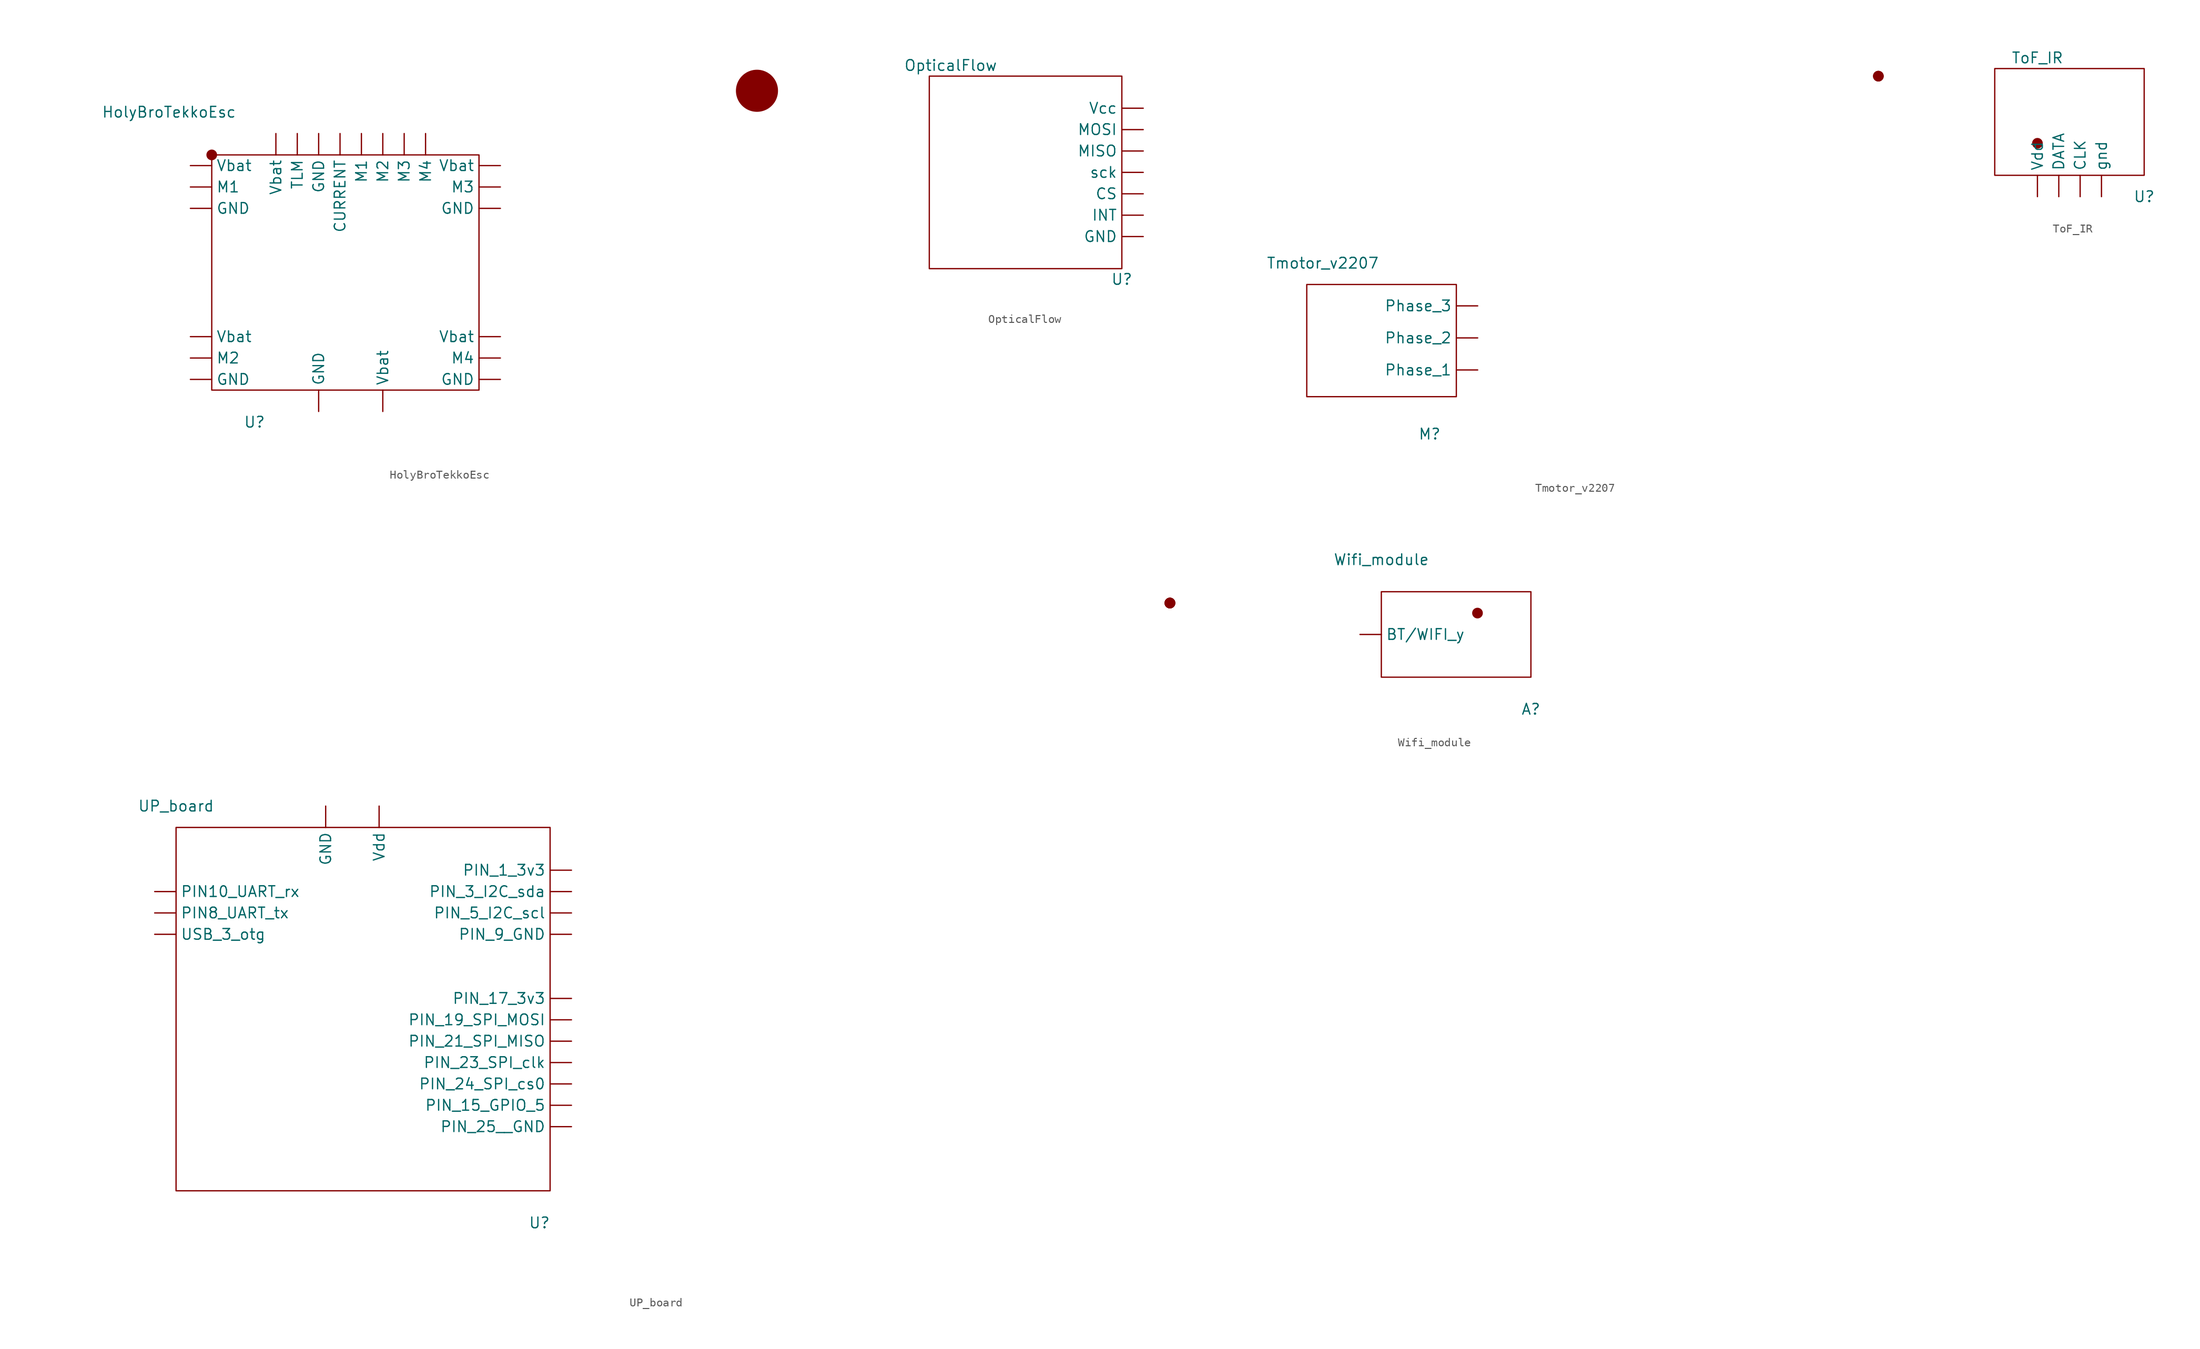
<source format=kicad_sym>
(kicad_symbol_lib
  (version 20211014)
  (generator kicad_symbol_editor)
  (symbol "HolyBroTekkoEsc"
    (property "Reference" "U"
      (at -11.43 -17.78 0)
      (effects (font (size 1.27 1.27))))
    (property "Value" "HolyBroTekkoEsc"
      (at -21.59 19.05 0)
      (effects (font (size 1.27 1.27))))
    (symbol "HolyBroTekkoEsc_0_1"
      (rectangle (start -16.51 13.97) (end -16.51 13.97) (stroke (width 1.27) (type default) (color 0 0 0 0)) (fill (type none)))
      (rectangle (start -16.51 13.97) (end 15.24 -13.97) (stroke (width 0) (type default) (color 0 0 0 0)) (fill (type none)))
      (rectangle (start 48.26 21.59) (end 48.26 21.59) (stroke (width 0) (type default) (color 0 0 0 0)) (fill (type none)))
      (rectangle (start 48.26 21.59) (end 48.26 21.59) (stroke (width 0) (type default) (color 0 0 0 0)) (fill (type none)))
      (rectangle (start 48.26 21.59) (end 48.26 21.59) (stroke (width 0) (type default) (color 0 0 0 0)) (fill (type none)))
      (rectangle (start 48.26 21.59) (end 48.26 21.59) (stroke (width 0) (type default) (color 0 0 0 0)) (fill (type none)))
      (rectangle (start 48.26 21.59) (end 48.26 21.59) (stroke (width 0) (type default) (color 0 0 0 0)) (fill (type none)))
      (rectangle (start 48.26 21.59) (end 48.26 21.59) (stroke (width 0) (type default) (color 0 0 0 0)) (fill (type none)))
      (rectangle (start 48.26 21.59) (end 48.26 21.59) (stroke (width 0) (type default) (color 0 0 0 0)) (fill (type none)))
      (rectangle (start 48.26 21.59) (end 48.26 21.59) (stroke (width 0) (type default) (color 0 0 0 0)) (fill (type none)))
      (rectangle (start 48.26 21.59) (end 48.26 21.59) (stroke (width 0) (type default) (color 0 0 0 0)) (fill (type none)))
      (rectangle (start 48.26 21.59) (end 48.26 21.59) (stroke (width 0) (type default) (color 0 0 0 0)) (fill (type none)))
      (rectangle (start 48.26 21.59) (end 48.26 21.59) (stroke (width 0) (type default) (color 0 0 0 0)) (fill (type none)))
      (rectangle (start 48.26 21.59) (end 48.26 21.59) (stroke (width 0) (type default) (color 0 0 0 0)) (fill (type none)))
      (rectangle (start 48.26 21.59) (end 48.26 21.59) (stroke (width 0) (type default) (color 0 0 0 0)) (fill (type none)))
      (rectangle (start 48.26 21.59) (end 48.26 21.59) (stroke (width 0) (type default) (color 0 0 0 0)) (fill (type none)))
      (rectangle (start 48.26 21.59) (end 48.26 21.59) (stroke (width 0) (type default) (color 0 0 0 0)) (fill (type none)))
      (rectangle (start 48.26 21.59) (end 48.26 21.59) (stroke (width 0) (type default) (color 0 0 0 0)) (fill (type none)))
      (rectangle (start 48.26 21.59) (end 48.26 21.59) (stroke (width 0) (type default) (color 0 0 0 0)) (fill (type none)))
      (rectangle (start 48.26 21.59) (end 48.26 21.59) (stroke (width 0) (type default) (color 0 0 0 0)) (fill (type none)))
      (rectangle (start 48.26 21.59) (end 48.26 21.59) (stroke (width 0) (type default) (color 0 0 0 0)) (fill (type none)))
      (rectangle (start 48.26 21.59) (end 48.26 21.59) (stroke (width 0) (type default) (color 0 0 0 0)) (fill (type none)))
      (rectangle (start 48.26 21.59) (end 48.26 21.59) (stroke (width 0) (type default) (color 0 0 0 0)) (fill (type none)))
      (rectangle (start 48.26 21.59) (end 48.26 21.59) (stroke (width 0) (type default) (color 0 0 0 0)) (fill (type none)))
      (rectangle (start 48.26 21.59) (end 48.26 21.59) (stroke (width 0) (type default) (color 0 0 0 0)) (fill (type none)))
      (rectangle (start 48.26 21.59) (end 48.26 21.59) (stroke (width 0) (type default) (color 0 0 0 0)) (fill (type none)))
      (rectangle (start 48.26 21.59) (end 48.26 21.59) (stroke (width 0) (type default) (color 0 0 0 0)) (fill (type none)))
      (rectangle (start 48.26 21.59) (end 48.26 21.59) (stroke (width 0) (type default) (color 0 0 0 0)) (fill (type outline)))
      (rectangle (start 48.26 21.59) (end 48.26 21.59) (stroke (width 1) (type default) (color 0 0 0 0)) (fill (type none)))
      (rectangle (start 48.26 21.59) (end 48.26 21.59) (stroke (width 1) (type default) (color 0 0 0 0)) (fill (type none)))
      (rectangle (start 48.26 21.59) (end 48.26 21.59) (stroke (width 1) (type default) (color 0 0 0 0)) (fill (type outline)))
      (rectangle (start 48.26 21.59) (end 48.26 21.59) (stroke (width 1.27) (type default) (color 0 0 0 0)) (fill (type none)))
      (rectangle (start 48.26 21.59) (end 48.26 21.59) (stroke (width 1.27) (type default) (color 0 0 0 0)) (fill (type none)))
      (rectangle (start 48.26 21.59) (end 48.26 21.59) (stroke (width 1.27) (type default) (color 0 0 0 0)) (fill (type none)))
      (rectangle (start 48.26 21.59) (end 48.26 21.59) (stroke (width 1.27) (type default) (color 0 0 0 0)) (fill (type none)))
      (rectangle (start 48.26 21.59) (end 48.26 21.59) (stroke (width 1.27) (type default) (color 0 0 0 0)) (fill (type none)))
      (rectangle (start 48.26 21.59) (end 48.26 21.59) (stroke (width 1.27) (type default) (color 0 0 0 0)) (fill (type none)))
      (rectangle (start 48.26 21.59) (end 48.26 21.59) (stroke (width 5) (type default) (color 0 0 0 0)) (fill (type none)))
      (circle (center 48.26 21.59) (radius 0.0001) (stroke (width 0) (type default) (color 0 0 0 0)) (fill (type none)))
      (circle (center 48.26 21.59) (radius 0.0001) (stroke (width 0) (type default) (color 0 0 0 0)) (fill (type none)))
      (circle (center 48.26 21.59) (radius 0.0001) (stroke (width 0) (type default) (color 0 0 0 0)) (fill (type none)))
      (circle (center 48.26 21.59) (radius 0.0001) (stroke (width 0) (type default) (color 0 0 0 0)) (fill (type none)))
      (circle (center 48.26 21.59) (radius 0.0001) (stroke (width 0) (type default) (color 0 0 0 0)) (fill (type none))))
    (symbol "HolyBroTekkoEsc_1_1"
      (pin input line (at -1.27 16.51 270) (length 2.54) (name "CURRENT" (effects (font (size 1.27 1.27)))) (number "" (effects (font (size 1.27 1.27)))))
      (pin input line (at -19.05 -12.7 0) (length 2.54) (name "GND" (effects (font (size 1.27 1.27)))) (number "" (effects (font (size 1.27 1.27)))))
      (pin input line (at -19.05 7.62 0) (length 2.54) (name "GND" (effects (font (size 1.27 1.27)))) (number "" (effects (font (size 1.27 1.27)))))
      (pin output line (at -3.81 -16.51 90) (length 2.54) (name "GND" (effects (font (size 1.27 1.27)))) (number "" (effects (font (size 1.27 1.27)))))
      (pin input line (at -3.81 16.51 270) (length 2.54) (name "GND" (effects (font (size 1.27 1.27)))) (number "" (effects (font (size 1.27 1.27)))))
      (pin input line (at 17.78 -12.7 180) (length 2.54) (name "GND" (effects (font (size 1.27 1.27)))) (number "" (effects (font (size 1.27 1.27)))))
      (pin input line (at 17.78 7.62 180) (length 2.54) (name "GND" (effects (font (size 1.27 1.27)))) (number "" (effects (font (size 1.27 1.27)))))
      (pin output line (at -19.05 10.16 0) (length 2.54) (name "M1" (effects (font (size 1.27 1.27)))) (number "" (effects (font (size 1.27 1.27)))))
      (pin input line (at 1.27 16.51 270) (length 2.54) (name "M1" (effects (font (size 1.27 1.27)))) (number "" (effects (font (size 1.27 1.27)))))
      (pin output line (at -19.05 -10.16 0) (length 2.54) (name "M2" (effects (font (size 1.27 1.27)))) (number "" (effects (font (size 1.27 1.27)))))
      (pin input line (at 3.81 16.51 270) (length 2.54) (name "M2" (effects (font (size 1.27 1.27)))) (number "" (effects (font (size 1.27 1.27)))))
      (pin input line (at 6.35 16.51 270) (length 2.54) (name "M3" (effects (font (size 1.27 1.27)))) (number "" (effects (font (size 1.27 1.27)))))
      (pin output line (at 17.78 10.16 180) (length 2.54) (name "M3" (effects (font (size 1.27 1.27)))) (number "" (effects (font (size 1.27 1.27)))))
      (pin input line (at 8.89 16.51 270) (length 2.54) (name "M4" (effects (font (size 1.27 1.27)))) (number "" (effects (font (size 1.27 1.27)))))
      (pin output line (at 17.78 -10.16 180) (length 2.54) (name "M4" (effects (font (size 1.27 1.27)))) (number "" (effects (font (size 1.27 1.27)))))
      (pin input line (at -6.35 16.51 270) (length 2.54) (name "TLM" (effects (font (size 1.27 1.27)))) (number "" (effects (font (size 1.27 1.27)))))
      (pin output line (at -19.05 -7.62 0) (length 2.54) (name "Vbat" (effects (font (size 1.27 1.27)))) (number "" (effects (font (size 1.27 1.27)))))
      (pin output line (at -19.05 12.7 0) (length 2.54) (name "Vbat" (effects (font (size 1.27 1.27)))) (number "" (effects (font (size 1.27 1.27)))))
      (pin input line (at -8.89 16.51 270) (length 2.54) (name "Vbat" (effects (font (size 1.27 1.27)))) (number "" (effects (font (size 1.27 1.27)))))
      (pin input line (at 3.81 -16.51 90) (length 2.54) (name "Vbat" (effects (font (size 1.27 1.27)))) (number "" (effects (font (size 1.27 1.27)))))
      (pin output line (at 17.78 -7.62 180) (length 2.54) (name "Vbat" (effects (font (size 1.27 1.27)))) (number "" (effects (font (size 1.27 1.27)))))
      (pin output line (at 17.78 12.7 180) (length 2.54) (name "Vbat" (effects (font (size 1.27 1.27)))) (number "" (effects (font (size 1.27 1.27)))))))
  (symbol "OpticalFlow"
    (property "Reference" "U"
      (at 11.43 -12.7 0)
      (effects (font (size 1.27 1.27))))
    (property "Value" "OpticalFlow"
      (at -8.89 12.7 0)
      (effects (font (size 1.27 1.27))))
    (symbol "OpticalFlow_0_1"
      (rectangle (start -11.43 11.43) (end 11.43 -11.43) (stroke (width 0) (type default) (color 0 0 0 0)) (fill (type none))))
    (symbol "OpticalFlow_1_1"
      (pin input line (at 13.97 -2.54 180) (length 2.54) (name "CS" (effects (font (size 1.27 1.27)))) (number "" (effects (font (size 1.27 1.27)))))
      (pin input line (at 13.97 -7.62 180) (length 2.54) (name "GND" (effects (font (size 1.27 1.27)))) (number "" (effects (font (size 1.27 1.27)))))
      (pin input line (at 13.97 -5.08 180) (length 2.54) (name "INT" (effects (font (size 1.27 1.27)))) (number "" (effects (font (size 1.27 1.27)))))
      (pin input line (at 13.97 2.54 180) (length 2.54) (name "MISO" (effects (font (size 1.27 1.27)))) (number "" (effects (font (size 1.27 1.27)))))
      (pin input line (at 13.97 5.08 180) (length 2.54) (name "MOSI" (effects (font (size 1.27 1.27)))) (number "" (effects (font (size 1.27 1.27)))))
      (pin input line (at 13.97 0 180) (length 2.54) (name "sck" (effects (font (size 1.27 1.27)))) (number "" (effects (font (size 1.27 1.27)))))
      (pin input line (at 13.97 7.62 180) (length 2.54) (name "Vcc" (effects (font (size 1.27 1.27)))) (number "" (effects (font (size 1.27 1.27)))))))
  (symbol "Tmotor_v2207"
    (property "Reference" "M"
      (at 6.985 -11.43 0)
      (effects (font (size 1.27 1.27))))
    (property "Value" "Tmotor_v2207"
      (at -5.715 8.89 0)
      (effects (font (size 1.27 1.27))))
    (symbol "Tmotor_v2207_0_1"
      (rectangle (start -7.62 6.35) (end 10.16 -6.985) (stroke (width 0) (type default) (color 0 0 0 0)) (fill (type none)))
      (rectangle (start 60.325 31.115) (end 60.325 31.115) (stroke (width 1.27) (type default) (color 0 0 0 0)) (fill (type none)))
      (rectangle (start 60.325 31.115) (end 60.325 31.115) (stroke (width 1.27) (type default) (color 0 0 0 0)) (fill (type none))))
    (symbol "Tmotor_v2207_1_1"
      (pin input line (at 12.7 -3.81 180) (length 2.54) (name "Phase_1" (effects (font (size 1.27 1.27)))) (number "" (effects (font (size 1.27 1.27)))))
      (pin input line (at 12.7 0 180) (length 2.54) (name "Phase_2" (effects (font (size 1.27 1.27)))) (number "" (effects (font (size 1.27 1.27)))))
      (pin input line (at 12.7 3.81 180) (length 2.54) (name "Phase_3" (effects (font (size 1.27 1.27)))) (number "" (effects (font (size 1.27 1.27)))))))
  (symbol "ToF_IR"
    (property "Reference" "U"
      (at 8.89 -8.89 0)
      (effects (font (size 1.27 1.27))))
    (property "Value" "ToF_IR"
      (at -3.81 7.62 0)
      (effects (font (size 1.27 1.27))))
    (symbol "ToF_IR_0_1"
      (rectangle (start -8.89 6.35) (end 8.89 -6.35) (stroke (width 0) (type default) (color 0 0 0 0)) (fill (type none)))
      (rectangle (start -3.81 -2.54) (end -3.81 -2.54) (stroke (width 1.27) (type default) (color 0 0 0 0)) (fill (type none))))
    (symbol "ToF_IR_1_1"
      (pin output line (at 1.27 -8.89 90) (length 2.54) (name "CLK" (effects (font (size 1.27 1.27)))) (number "" (effects (font (size 1.27 1.27)))))
      (pin output line (at -1.27 -8.89 90) (length 2.54) (name "DATA" (effects (font (size 1.27 1.27)))) (number "" (effects (font (size 1.27 1.27)))))
      (pin output line (at 3.81 -8.89 90) (length 2.54) (name "gnd" (effects (font (size 1.27 1.27)))) (number "" (effects (font (size 1.27 1.27)))))
      (pin output line (at -3.81 -8.89 90) (length 2.54) (name "Vdd" (effects (font (size 1.27 1.27)))) (number "" (effects (font (size 1.27 1.27)))))))
  (symbol "UP_board"
    (property "Reference" "U"
      (at 21.59 -31.75 0)
      (effects (font (size 1.27 1.27))))
    (property "Value" "UP_board"
      (at -21.59 17.78 0)
      (effects (font (size 1.27 1.27))))
    (symbol "UP_board_0_1"
      (rectangle (start -21.59 15.24) (end 22.86 -27.94) (stroke (width 0) (type default) (color 0 0 0 0)) (fill (type none)))
      (rectangle (start 96.52 41.91) (end 96.52 41.91) (stroke (width 1.27) (type default) (color 0 0 0 0)) (fill (type none)))
      (rectangle (start 96.52 41.91) (end 96.52 41.91) (stroke (width 1.27) (type default) (color 0 0 0 0)) (fill (type none)))
      (rectangle (start 96.52 41.91) (end 96.52 41.91) (stroke (width 1.27) (type default) (color 0 0 0 0)) (fill (type none)))
      (rectangle (start 96.52 41.91) (end 96.52 41.91) (stroke (width 1.27) (type default) (color 0 0 0 0)) (fill (type none)))
      (rectangle (start 96.52 41.91) (end 96.52 41.91) (stroke (width 1.27) (type default) (color 0 0 0 0)) (fill (type none))))
    (symbol "UP_board_1_1"
      (pin output line (at -3.81 17.78 270) (length 2.54) (name "GND" (effects (font (size 1.27 1.27)))) (number "" (effects (font (size 1.27 1.27)))))
      (pin input line (at -24.13 7.62 0) (length 2.54) (name "PIN10_UART_rx" (effects (font (size 1.27 1.27)))) (number "" (effects (font (size 1.27 1.27)))))
      (pin output line (at -24.13 5.08 0) (length 2.54) (name "PIN8_UART_tx" (effects (font (size 1.27 1.27)))) (number "" (effects (font (size 1.27 1.27)))))
      (pin input line (at 25.4 -17.78 180) (length 2.54) (name "PIN_15_GPIO_5" (effects (font (size 1.27 1.27)))) (number "" (effects (font (size 1.27 1.27)))))
      (pin output line (at 25.4 -5.08 180) (length 2.54) (name "PIN_17_3v3" (effects (font (size 1.27 1.27)))) (number "" (effects (font (size 1.27 1.27)))))
      (pin output line (at 25.4 -7.62 180) (length 2.54) (name "PIN_19_SPI_MOSI" (effects (font (size 1.27 1.27)))) (number "" (effects (font (size 1.27 1.27)))))
      (pin output line (at 25.4 10.16 180) (length 2.54) (name "PIN_1_3v3" (effects (font (size 1.27 1.27)))) (number "" (effects (font (size 1.27 1.27)))))
      (pin input line (at 25.4 -10.16 180) (length 2.54) (name "PIN_21_SPI_MISO" (effects (font (size 1.27 1.27)))) (number "" (effects (font (size 1.27 1.27)))))
      (pin output line (at 25.4 -12.7 180) (length 2.54) (name "PIN_23_SPI_clk" (effects (font (size 1.27 1.27)))) (number "" (effects (font (size 1.27 1.27)))))
      (pin output line (at 25.4 -15.24 180) (length 2.54) (name "PIN_24_SPI_cs0" (effects (font (size 1.27 1.27)))) (number "" (effects (font (size 1.27 1.27)))))
      (pin input line (at 25.4 -20.32 180) (length 2.54) (name "PIN_25__GND" (effects (font (size 1.27 1.27)))) (number "" (effects (font (size 1.27 1.27)))))
      (pin bidirectional line (at 25.4 7.62 180) (length 2.54) (name "PIN_3_I2C_sda" (effects (font (size 1.27 1.27)))) (number "" (effects (font (size 1.27 1.27)))))
      (pin output line (at 25.4 5.08 180) (length 2.54) (name "PIN_5_I2C_scl" (effects (font (size 1.27 1.27)))) (number "" (effects (font (size 1.27 1.27)))))
      (pin input line (at 25.4 2.54 180) (length 2.54) (name "PIN_9_GND" (effects (font (size 1.27 1.27)))) (number "" (effects (font (size 1.27 1.27)))))
      (pin input line (at -24.13 2.54 0) (length 2.54) (name "USB_3_otg" (effects (font (size 1.27 1.27)))) (number "" (effects (font (size 1.27 1.27)))))
      (pin input line (at 2.54 17.78 270) (length 2.54) (name "Vdd" (effects (font (size 1.27 1.27)))) (number "" (effects (font (size 1.27 1.27)))))))
  (symbol "Wifi_module"
    (property "Reference" "A"
      (at 8.89 -8.89 0)
      (effects (font (size 1.27 1.27))))
    (property "Value" "Wifi_module"
      (at -8.89 8.89 0)
      (effects (font (size 1.27 1.27))))
    (symbol "Wifi_module_0_1"
      (rectangle (start -8.89 5.08) (end 8.89 -5.08) (stroke (width 0) (type default) (color 0 0 0 0)) (fill (type none)))
      (rectangle (start 2.54 2.54) (end 2.54 2.54) (stroke (width 1.27) (type default) (color 0 0 0 0)) (fill (type none))))
    (symbol "Wifi_module_1_1"
      (pin output line (at -11.43 0 0) (length 2.54) (name "BT/WIFI_y" (effects (font (size 1.27 1.27)))) (number "" (effects (font (size 1.27 1.27))))))))
</source>
